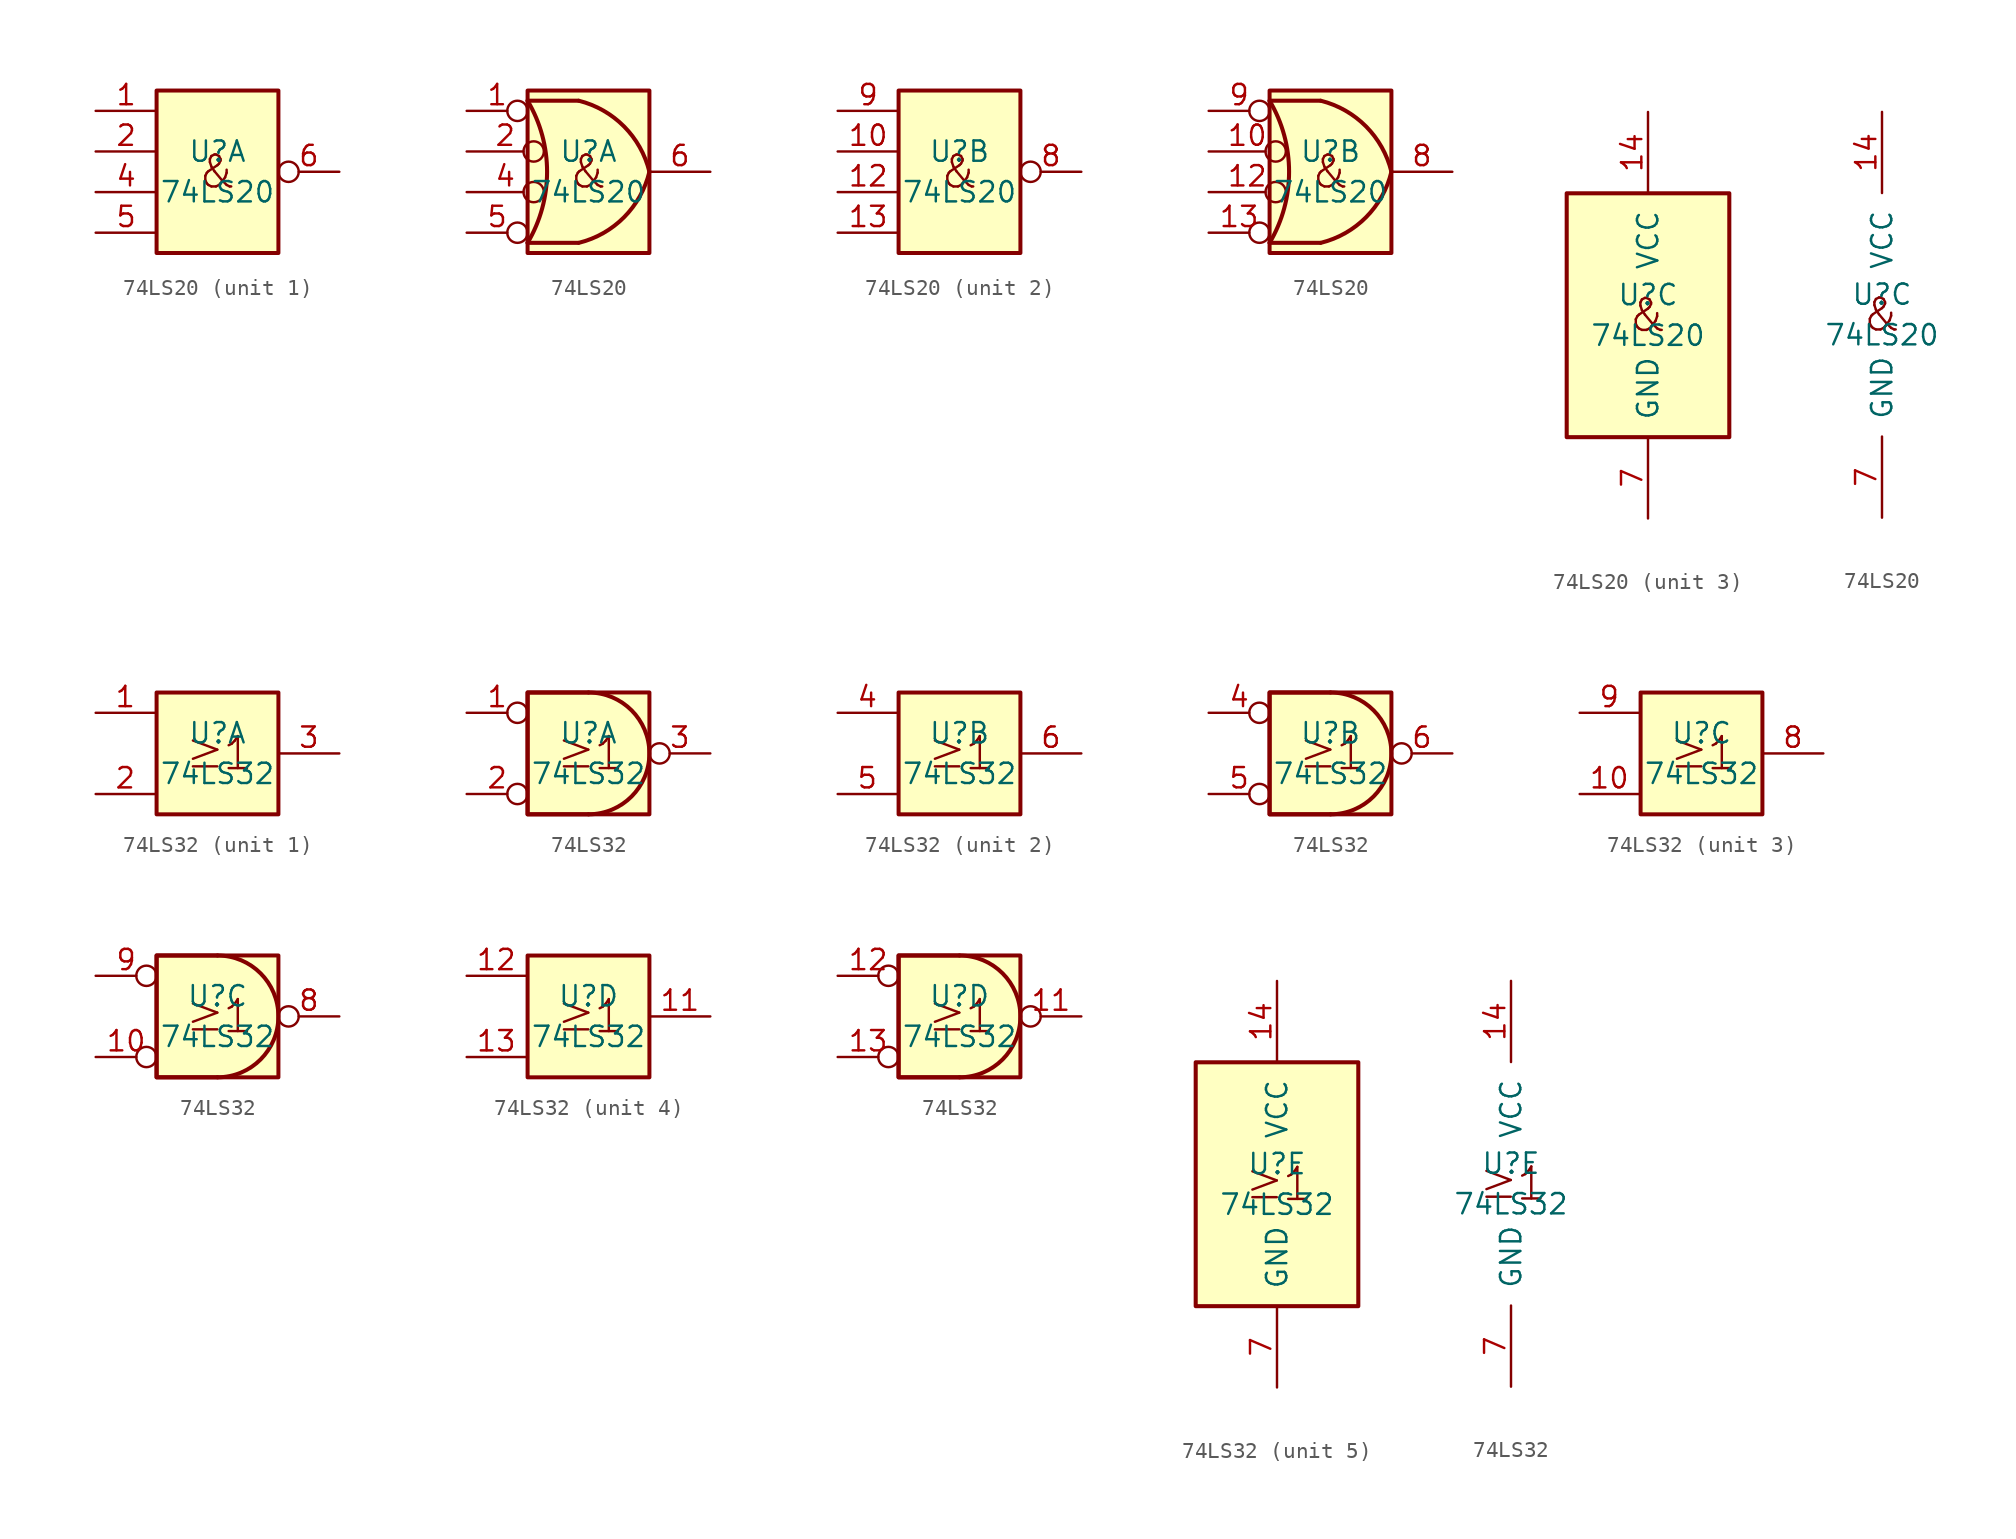
<source format=kicad_sym>
(kicad_symbol_lib
  (version 20211014)
  (generator kicad_symbol_editor)
  (symbol "74LS20"
    (pin_names
      (offset 1.016))
    (property "Reference" "U"
      (at 0 1.27 0)
      (effects (font (size 1.27 1.27))))
    (property "Value" "74LS20"
      (at 0 -1.27 0)
      (effects (font (size 1.27 1.27))))
    (property "ki_locked" ""
      (at 0 0 0)
      (effects (font (size 1.27 1.27))))
    (symbol "74LS20_0_0"
      (text "&" (at 0 0 0) (effects (font (size 2 2)))))
    (symbol "74LS20_1_0"
      (rectangle (start -3.81 5.08) (end 3.81 -5.08) (stroke (width 0.25) (type default) (color 0 0 0 0)) (fill (type background))))
    (symbol "74LS20_1_1"
      (pin input line (at -7.62 3.81 0) (length 3.81) (name "~" (effects (font (size 1.27 1.27)))) (number "1" (effects (font (size 1.27 1.27)))))
      (pin input line (at -7.62 1.27 0) (length 3.81) (name "~" (effects (font (size 1.27 1.27)))) (number "2" (effects (font (size 1.27 1.27)))))
      (pin input line (at -7.62 -1.27 0) (length 3.81) (name "~" (effects (font (size 1.27 1.27)))) (number "4" (effects (font (size 1.27 1.27)))))
      (pin input line (at -7.62 -3.81 0) (length 3.81) (name "~" (effects (font (size 1.27 1.27)))) (number "5" (effects (font (size 1.27 1.27)))))
      (pin output inverted (at 7.62 0 180) (length 3.81) (name "~" (effects (font (size 1.27 1.27)))) (number "6" (effects (font (size 1.27 1.27))))))
    (symbol "74LS20_1_2"
      (arc (start -3.81 -4.445) (mid -2.5908 0) (end -3.81 4.445) (stroke (width 0.254) (type default) (color 0 0 0 0)) (fill (type none)))
      (arc (start -0.6096 -4.445) (mid 2.2246 -2.8422) (end 3.81 0) (stroke (width 0.254) (type default) (color 0 0 0 0)) (fill (type background)))
      (polyline (pts (xy -3.81 -4.445) (xy -0.635 -4.445)) (stroke (width 0.254) (type default) (color 0 0 0 0)) (fill (type background)))
      (polyline (pts (xy -3.81 4.445) (xy -0.635 4.445)) (stroke (width 0.254) (type default) (color 0 0 0 0)) (fill (type background)))
      (polyline (pts (xy -0.635 4.445) (xy -3.81 4.445) (xy -3.81 4.445) (xy -3.632 4.089) (xy -3.099 2.921) (xy -2.769 1.676) (xy -2.616 0.432) (xy -2.642 -0.864) (xy -2.87 -2.108) (xy -3.251 -3.327) (xy -3.81 -4.445) (xy -3.81 -4.445) (xy -0.635 -4.445)) (stroke (width -25.4) (type default) (color 0 0 0 0)) (fill (type background)))
      (arc (start 3.81 0) (mid 2.2204 2.8379) (end -0.6096 4.445) (stroke (width 0.254) (type default) (color 0 0 0 0)) (fill (type background)))
      (pin input inverted (at -7.62 3.81 0) (length 3.81) (name "~" (effects (font (size 1.27 1.27)))) (number "1" (effects (font (size 1.27 1.27)))))
      (pin input inverted (at -7.62 1.27 0) (length 4.826) (name "~" (effects (font (size 1.27 1.27)))) (number "2" (effects (font (size 1.27 1.27)))))
      (pin input inverted (at -7.62 -1.27 0) (length 4.826) (name "~" (effects (font (size 1.27 1.27)))) (number "4" (effects (font (size 1.27 1.27)))))
      (pin input inverted (at -7.62 -3.81 0) (length 3.81) (name "~" (effects (font (size 1.27 1.27)))) (number "5" (effects (font (size 1.27 1.27)))))
      (pin output line (at 7.62 0 180) (length 3.81) (name "~" (effects (font (size 1.27 1.27)))) (number "6" (effects (font (size 1.27 1.27))))))
    (symbol "74LS20_2_0"
      (rectangle (start -3.81 5.08) (end 3.81 -5.08) (stroke (width 0.25) (type default) (color 0 0 0 0)) (fill (type background))))
    (symbol "74LS20_2_1"
      (pin input line (at -7.62 1.27 0) (length 3.81) (name "~" (effects (font (size 1.27 1.27)))) (number "10" (effects (font (size 1.27 1.27)))))
      (pin input line (at -7.62 -1.27 0) (length 3.81) (name "~" (effects (font (size 1.27 1.27)))) (number "12" (effects (font (size 1.27 1.27)))))
      (pin input line (at -7.62 -3.81 0) (length 3.81) (name "~" (effects (font (size 1.27 1.27)))) (number "13" (effects (font (size 1.27 1.27)))))
      (pin output inverted (at 7.62 0 180) (length 3.81) (name "~" (effects (font (size 1.27 1.27)))) (number "8" (effects (font (size 1.27 1.27)))))
      (pin input line (at -7.62 3.81 0) (length 3.81) (name "~" (effects (font (size 1.27 1.27)))) (number "9" (effects (font (size 1.27 1.27))))))
    (symbol "74LS20_2_2"
      (arc (start -3.81 -4.445) (mid -2.5908 0) (end -3.81 4.445) (stroke (width 0.254) (type default) (color 0 0 0 0)) (fill (type none)))
      (arc (start -0.6096 -4.445) (mid 2.2246 -2.8422) (end 3.81 0) (stroke (width 0.254) (type default) (color 0 0 0 0)) (fill (type background)))
      (polyline (pts (xy -3.81 -4.445) (xy -0.635 -4.445)) (stroke (width 0.254) (type default) (color 0 0 0 0)) (fill (type background)))
      (polyline (pts (xy -3.81 4.445) (xy -0.635 4.445)) (stroke (width 0.254) (type default) (color 0 0 0 0)) (fill (type background)))
      (polyline (pts (xy -0.635 4.445) (xy -3.81 4.445) (xy -3.81 4.445) (xy -3.632 4.089) (xy -3.099 2.921) (xy -2.769 1.676) (xy -2.616 0.432) (xy -2.642 -0.864) (xy -2.87 -2.108) (xy -3.251 -3.327) (xy -3.81 -4.445) (xy -3.81 -4.445) (xy -0.635 -4.445)) (stroke (width -25.4) (type default) (color 0 0 0 0)) (fill (type background)))
      (arc (start 3.81 0) (mid 2.2204 2.8379) (end -0.6096 4.445) (stroke (width 0.254) (type default) (color 0 0 0 0)) (fill (type background)))
      (pin input inverted (at -7.62 1.27 0) (length 4.826) (name "~" (effects (font (size 1.27 1.27)))) (number "10" (effects (font (size 1.27 1.27)))))
      (pin input inverted (at -7.62 -1.27 0) (length 4.826) (name "~" (effects (font (size 1.27 1.27)))) (number "12" (effects (font (size 1.27 1.27)))))
      (pin input inverted (at -7.62 -3.81 0) (length 3.81) (name "~" (effects (font (size 1.27 1.27)))) (number "13" (effects (font (size 1.27 1.27)))))
      (pin output line (at 7.62 0 180) (length 3.81) (name "~" (effects (font (size 1.27 1.27)))) (number "8" (effects (font (size 1.27 1.27)))))
      (pin input inverted (at -7.62 3.81 0) (length 3.81) (name "~" (effects (font (size 1.27 1.27)))) (number "9" (effects (font (size 1.27 1.27))))))
    (symbol "74LS20_3_0"
      (pin power_in line (at 0 12.7 270) (length 5.08) (name "VCC" (effects (font (size 1.27 1.27)))) (number "14" (effects (font (size 1.27 1.27)))))
      (pin power_in line (at 0 -12.7 90) (length 5.08) (name "GND" (effects (font (size 1.27 1.27)))) (number "7" (effects (font (size 1.27 1.27))))))
    (symbol "74LS20_3_1"
      (rectangle (start -5.08 7.62) (end 5.08 -7.62) (stroke (width 0.254) (type default) (color 0 0 0 0)) (fill (type background)))))
  (symbol "74LS32"
    (pin_names
      (offset 1.016))
    (property "Reference" "U"
      (at 0 1.27 0)
      (effects (font (size 1.27 1.27))))
    (property "Value" "74LS32"
      (at 0 -1.27 0)
      (effects (font (size 1.27 1.27))))
    (property "ki_locked" ""
      (at 0 0 0)
      (effects (font (size 1.27 1.27))))
    (symbol "74LS32_0_0"
      (text "-" (at -0.776 -0.653 0) (effects (font (size 2 2))))
      (text "1" (at 1.27 0 0) (effects (font (size 2 2))))
      (text ">" (at -0.776 0.392 0) (effects (font (size 2 2)))))
    (symbol "74LS32_1_0"
      (rectangle (start -3.81 3.81) (end 3.81 -3.81) (stroke (width 0.25) (type default) (color 0 0 0 0)) (fill (type background))))
    (symbol "74LS32_1_1"
      (pin input line (at -7.62 2.54 0) (length 3.7) (name "~" (effects (font (size 1.27 1.27)))) (number "1" (effects (font (size 1.27 1.27)))))
      (pin input line (at -7.62 -2.54 0) (length 3.7) (name "~" (effects (font (size 1.27 1.27)))) (number "2" (effects (font (size 1.27 1.27)))))
      (pin output line (at 7.62 0 180) (length 3.81) (name "~" (effects (font (size 1.27 1.27)))) (number "3" (effects (font (size 1.27 1.27))))))
    (symbol "74LS32_1_2"
      (arc (start 0 -3.81) (mid 3.81 0) (end 0 3.81) (stroke (width 0.254) (type default) (color 0 0 0 0)) (fill (type background)))
      (polyline (pts (xy 0 3.81) (xy -3.81 3.81) (xy -3.81 -3.81) (xy 0 -3.81)) (stroke (width 0.254) (type default) (color 0 0 0 0)) (fill (type background)))
      (pin input inverted (at -7.62 2.54 0) (length 3.81) (name "~" (effects (font (size 1.27 1.27)))) (number "1" (effects (font (size 1.27 1.27)))))
      (pin input inverted (at -7.62 -2.54 0) (length 3.81) (name "~" (effects (font (size 1.27 1.27)))) (number "2" (effects (font (size 1.27 1.27)))))
      (pin output inverted (at 7.62 0 180) (length 3.81) (name "~" (effects (font (size 1.27 1.27)))) (number "3" (effects (font (size 1.27 1.27))))))
    (symbol "74LS32_2_0"
      (rectangle (start -3.81 3.81) (end 3.81 -3.81) (stroke (width 0.25) (type default) (color 0 0 0 0)) (fill (type background))))
    (symbol "74LS32_2_1"
      (pin input line (at -7.62 2.54 0) (length 3.7) (name "~" (effects (font (size 1.27 1.27)))) (number "4" (effects (font (size 1.27 1.27)))))
      (pin input line (at -7.62 -2.54 0) (length 3.7) (name "~" (effects (font (size 1.27 1.27)))) (number "5" (effects (font (size 1.27 1.27)))))
      (pin output line (at 7.62 0 180) (length 3.81) (name "~" (effects (font (size 1.27 1.27)))) (number "6" (effects (font (size 1.27 1.27))))))
    (symbol "74LS32_2_2"
      (arc (start 0 -3.81) (mid 3.81 0) (end 0 3.81) (stroke (width 0.254) (type default) (color 0 0 0 0)) (fill (type background)))
      (polyline (pts (xy 0 3.81) (xy -3.81 3.81) (xy -3.81 -3.81) (xy 0 -3.81)) (stroke (width 0.254) (type default) (color 0 0 0 0)) (fill (type background)))
      (pin input inverted (at -7.62 2.54 0) (length 3.81) (name "~" (effects (font (size 1.27 1.27)))) (number "4" (effects (font (size 1.27 1.27)))))
      (pin input inverted (at -7.62 -2.54 0) (length 3.81) (name "~" (effects (font (size 1.27 1.27)))) (number "5" (effects (font (size 1.27 1.27)))))
      (pin output inverted (at 7.62 0 180) (length 3.81) (name "~" (effects (font (size 1.27 1.27)))) (number "6" (effects (font (size 1.27 1.27))))))
    (symbol "74LS32_3_0"
      (rectangle (start -3.81 3.81) (end 3.81 -3.81) (stroke (width 0.25) (type default) (color 0 0 0 0)) (fill (type background))))
    (symbol "74LS32_3_1"
      (pin input line (at -7.62 -2.54 0) (length 3.7) (name "~" (effects (font (size 1.27 1.27)))) (number "10" (effects (font (size 1.27 1.27)))))
      (pin output line (at 7.62 0 180) (length 3.81) (name "~" (effects (font (size 1.27 1.27)))) (number "8" (effects (font (size 1.27 1.27)))))
      (pin input line (at -7.62 2.54 0) (length 3.7) (name "~" (effects (font (size 1.27 1.27)))) (number "9" (effects (font (size 1.27 1.27))))))
    (symbol "74LS32_3_2"
      (arc (start 0 -3.81) (mid 3.81 0) (end 0 3.81) (stroke (width 0.254) (type default) (color 0 0 0 0)) (fill (type background)))
      (polyline (pts (xy 0 3.81) (xy -3.81 3.81) (xy -3.81 -3.81) (xy 0 -3.81)) (stroke (width 0.254) (type default) (color 0 0 0 0)) (fill (type background)))
      (pin input inverted (at -7.62 -2.54 0) (length 3.81) (name "~" (effects (font (size 1.27 1.27)))) (number "10" (effects (font (size 1.27 1.27)))))
      (pin output inverted (at 7.62 0 180) (length 3.81) (name "~" (effects (font (size 1.27 1.27)))) (number "8" (effects (font (size 1.27 1.27)))))
      (pin input inverted (at -7.62 2.54 0) (length 3.81) (name "~" (effects (font (size 1.27 1.27)))) (number "9" (effects (font (size 1.27 1.27))))))
    (symbol "74LS32_4_0"
      (rectangle (start -3.81 3.81) (end 3.81 -3.81) (stroke (width 0.25) (type default) (color 0 0 0 0)) (fill (type background))))
    (symbol "74LS32_4_1"
      (pin output line (at 7.62 0 180) (length 3.81) (name "~" (effects (font (size 1.27 1.27)))) (number "11" (effects (font (size 1.27 1.27)))))
      (pin input line (at -7.62 2.54 0) (length 3.7) (name "~" (effects (font (size 1.27 1.27)))) (number "12" (effects (font (size 1.27 1.27)))))
      (pin input line (at -7.62 -2.54 0) (length 3.7) (name "~" (effects (font (size 1.27 1.27)))) (number "13" (effects (font (size 1.27 1.27))))))
    (symbol "74LS32_4_2"
      (arc (start 0 -3.81) (mid 3.81 0) (end 0 3.81) (stroke (width 0.254) (type default) (color 0 0 0 0)) (fill (type background)))
      (polyline (pts (xy 0 3.81) (xy -3.81 3.81) (xy -3.81 -3.81) (xy 0 -3.81)) (stroke (width 0.254) (type default) (color 0 0 0 0)) (fill (type background)))
      (pin output inverted (at 7.62 0 180) (length 3.81) (name "~" (effects (font (size 1.27 1.27)))) (number "11" (effects (font (size 1.27 1.27)))))
      (pin input inverted (at -7.62 2.54 0) (length 3.81) (name "~" (effects (font (size 1.27 1.27)))) (number "12" (effects (font (size 1.27 1.27)))))
      (pin input inverted (at -7.62 -2.54 0) (length 3.81) (name "~" (effects (font (size 1.27 1.27)))) (number "13" (effects (font (size 1.27 1.27))))))
    (symbol "74LS32_5_0"
      (pin power_in line (at 0 12.7 270) (length 5.08) (name "VCC" (effects (font (size 1.27 1.27)))) (number "14" (effects (font (size 1.27 1.27)))))
      (pin power_in line (at 0 -12.7 90) (length 5.08) (name "GND" (effects (font (size 1.27 1.27)))) (number "7" (effects (font (size 1.27 1.27))))))
    (symbol "74LS32_5_1"
      (rectangle (start -5.08 7.62) (end 5.08 -7.62) (stroke (width 0.254) (type default) (color 0 0 0 0)) (fill (type background))))))
</source>
